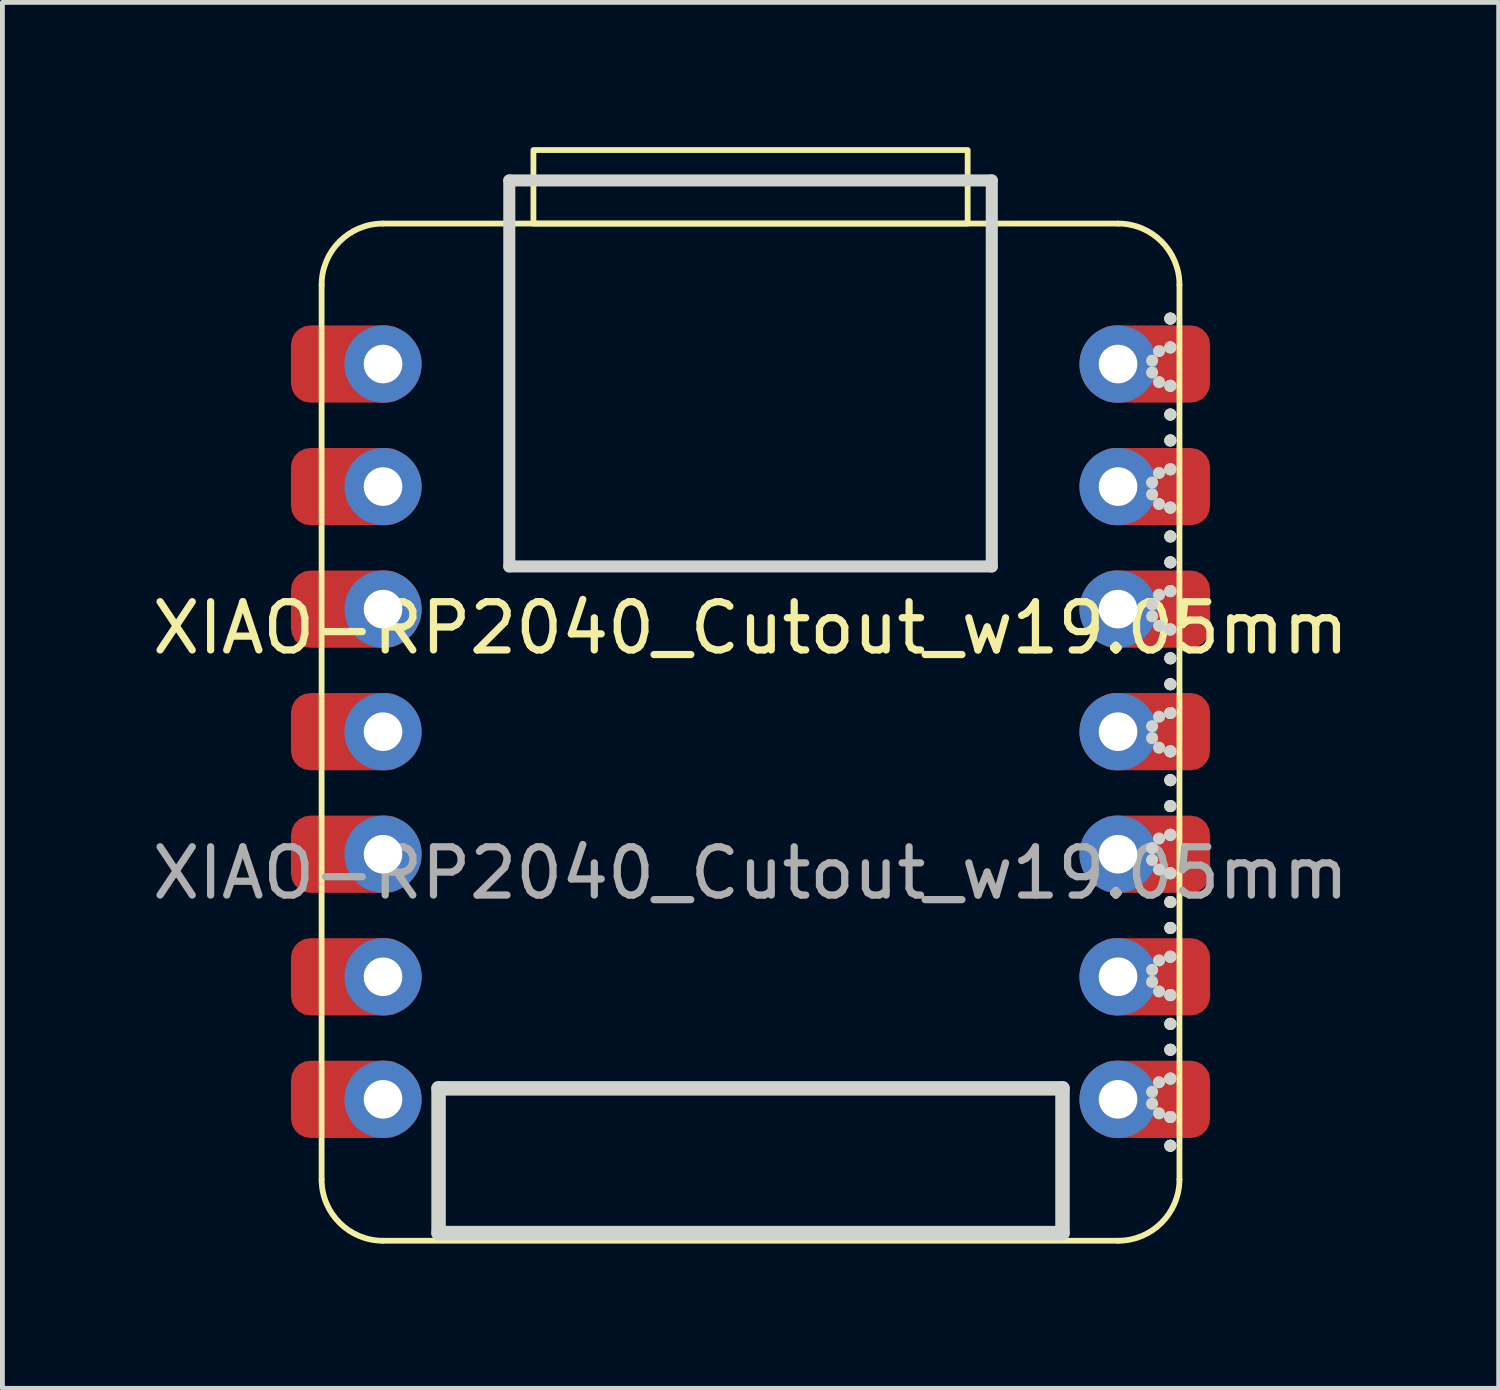
<source format=kicad_pcb>
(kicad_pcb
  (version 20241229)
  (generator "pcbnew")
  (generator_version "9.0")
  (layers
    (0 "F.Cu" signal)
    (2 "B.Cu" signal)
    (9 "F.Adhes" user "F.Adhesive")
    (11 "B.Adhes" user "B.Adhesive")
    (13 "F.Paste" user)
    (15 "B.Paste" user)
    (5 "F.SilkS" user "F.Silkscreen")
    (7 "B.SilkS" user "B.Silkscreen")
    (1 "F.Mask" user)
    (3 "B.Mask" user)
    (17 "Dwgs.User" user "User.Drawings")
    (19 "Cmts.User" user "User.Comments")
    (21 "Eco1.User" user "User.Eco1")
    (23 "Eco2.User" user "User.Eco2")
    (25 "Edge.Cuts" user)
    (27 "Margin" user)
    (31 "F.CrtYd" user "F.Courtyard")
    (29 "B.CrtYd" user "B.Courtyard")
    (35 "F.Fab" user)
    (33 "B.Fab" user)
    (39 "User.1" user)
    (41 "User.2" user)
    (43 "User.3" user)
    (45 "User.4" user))
  (footprint "XIAO-RP2040_Cutout_w19.05mm"
    (layer "F.Cu")
    (at 12.506 12.125)
    (property "Reference" "XIAO-RP2040_Cutout_w19.05mm" (at 0 -2.159 0) (unlocked yes) (layer "F.SilkS") (effects (font (size 1 1) (thickness 0.15))))
    (attr through_hole)
    (fp_line (start -8.89 9.271) (end -8.89 -9.271) (stroke (width 0.12) (type solid)) (layer "F.SilkS"))
    (fp_line (start -7.62 -10.541) (end 7.62 -10.541) (stroke (width 0.12) (type solid)) (layer "F.SilkS"))
    (fp_line (start 7.62 10.541) (end -7.62 10.541) (stroke (width 0.12) (type solid)) (layer "F.SilkS"))
    (fp_line (start 8.89 -9.271) (end 8.89 9.271) (stroke (width 0.12) (type solid)) (layer "F.SilkS"))
    (fp_rect (start -4.5 -10.541) (end 4.5 -12.065) (stroke (width 0.12) (type solid)) (fill no) (layer "F.SilkS"))
    (fp_arc (start -8.89 -9.271) (mid -8.518026 -10.169026) (end -7.62 -10.541) (stroke (width 0.12) (type solid)) (layer "F.SilkS"))
    (fp_arc (start -7.62 10.541) (mid -8.518026 10.169026) (end -8.89 9.271) (stroke (width 0.12) (type solid)) (layer "F.SilkS"))
    (fp_arc (start 7.62 -10.541) (mid 8.518026 -10.169026) (end 8.89 -9.271) (stroke (width 0.12) (type solid)) (layer "F.SilkS"))
    (fp_arc (start 8.89 9.271) (mid 8.518026 10.169026) (end 7.62 10.541) (stroke (width 0.12) (type solid)) (layer "F.SilkS"))
    (fp_line (start -6.466 7.383) (end 6.466 7.383) (stroke (width 0.3) (type solid)) (layer "Edge.Cuts"))
    (fp_line (start -6.466 10.383) (end -6.466 7.383) (stroke (width 0.3) (type solid)) (layer "Edge.Cuts"))
    (fp_line (start -5 -11.435) (end 5 -11.435) (stroke (width 0.25) (type solid)) (layer "Edge.Cuts"))
    (fp_line (start -5 -3.435) (end -5 -11.435) (stroke (width 0.25) (type solid)) (layer "Edge.Cuts"))
    (fp_line (start 5 -11.435) (end 5 -3.435) (stroke (width 0.25) (type solid)) (layer "Edge.Cuts"))
    (fp_line (start 5 -3.435) (end -5 -3.435) (stroke (width 0.25) (type solid)) (layer "Edge.Cuts"))
    (fp_line (start 6.466 7.383) (end 6.466 10.383) (stroke (width 0.3) (type solid)) (layer "Edge.Cuts"))
    (fp_line (start 6.466 10.383) (end -6.466 10.383) (stroke (width 0.3) (type solid)) (layer "Edge.Cuts"))
    (fp_curve (pts (xy 8.323 -7.7) (xy 8.323 -7.7) (xy 8.323 -7.7) (xy 8.323 -7.7)) (stroke (width 0.25) (type solid)) (layer "Edge.Cuts"))
    (fp_curve (pts (xy 8.323 -7.454) (xy 8.323 -7.454) (xy 8.323 -7.454) (xy 8.323 -7.454)) (stroke (width 0.25) (type solid)) (layer "Edge.Cuts"))
    (fp_curve (pts (xy 8.323 -5.174) (xy 8.323 -5.174) (xy 8.323 -5.174) (xy 8.323 -5.174)) (stroke (width 0.25) (type solid)) (layer "Edge.Cuts"))
    (fp_curve (pts (xy 8.323 -4.928) (xy 8.323 -4.928) (xy 8.323 -4.928) (xy 8.323 -4.928)) (stroke (width 0.25) (type solid)) (layer "Edge.Cuts"))
    (fp_curve (pts (xy 8.323 -2.648) (xy 8.323 -2.648) (xy 8.323 -2.648) (xy 8.323 -2.648)) (stroke (width 0.25) (type solid)) (layer "Edge.Cuts"))
    (fp_curve (pts (xy 8.323 -2.403) (xy 8.323 -2.403) (xy 8.323 -2.403) (xy 8.323 -2.403)) (stroke (width 0.25) (type solid)) (layer "Edge.Cuts"))
    (fp_curve (pts (xy 8.323 -0.123) (xy 8.323 -0.123) (xy 8.323 -0.123) (xy 8.323 -0.123)) (stroke (width 0.25) (type solid)) (layer "Edge.Cuts"))
    (fp_curve (pts (xy 8.323 0.123) (xy 8.323 0.123) (xy 8.323 0.123) (xy 8.323 0.123)) (stroke (width 0.25) (type solid)) (layer "Edge.Cuts"))
    (fp_curve (pts (xy 8.323 2.403) (xy 8.323 2.403) (xy 8.323 2.403) (xy 8.323 2.403)) (stroke (width 0.25) (type solid)) (layer "Edge.Cuts"))
    (fp_curve (pts (xy 8.323 2.649) (xy 8.323 2.649) (xy 8.323 2.649) (xy 8.323 2.649)) (stroke (width 0.25) (type solid)) (layer "Edge.Cuts"))
    (fp_curve (pts (xy 8.323 4.929) (xy 8.323 4.929) (xy 8.323 4.929) (xy 8.323 4.929)) (stroke (width 0.25) (type solid)) (layer "Edge.Cuts"))
    (fp_curve (pts (xy 8.323 5.175) (xy 8.323 5.175) (xy 8.323 5.175) (xy 8.323 5.175)) (stroke (width 0.25) (type solid)) (layer "Edge.Cuts"))
    (fp_curve (pts (xy 8.323 7.455) (xy 8.323 7.455) (xy 8.323 7.455) (xy 8.323 7.455)) (stroke (width 0.25) (type solid)) (layer "Edge.Cuts"))
    (fp_curve (pts (xy 8.323 7.701) (xy 8.323 7.701) (xy 8.323 7.701) (xy 8.323 7.701)) (stroke (width 0.25) (type solid)) (layer "Edge.Cuts"))
    (fp_curve (pts (xy 8.467 -7.899) (xy 8.467 -7.899) (xy 8.467 -7.899) (xy 8.467 -7.899)) (stroke (width 0.25) (type solid)) (layer "Edge.Cuts"))
    (fp_curve (pts (xy 8.467 -7.255) (xy 8.467 -7.255) (xy 8.467 -7.255) (xy 8.467 -7.255)) (stroke (width 0.25) (type solid)) (layer "Edge.Cuts"))
    (fp_curve (pts (xy 8.467 -5.373) (xy 8.467 -5.373) (xy 8.467 -5.373) (xy 8.467 -5.373)) (stroke (width 0.25) (type solid)) (layer "Edge.Cuts"))
    (fp_curve (pts (xy 8.467 -4.729) (xy 8.467 -4.729) (xy 8.467 -4.729) (xy 8.467 -4.729)) (stroke (width 0.25) (type solid)) (layer "Edge.Cuts"))
    (fp_curve (pts (xy 8.467 -2.847) (xy 8.467 -2.847) (xy 8.467 -2.847) (xy 8.467 -2.847)) (stroke (width 0.25) (type solid)) (layer "Edge.Cuts"))
    (fp_curve (pts (xy 8.467 -2.204) (xy 8.467 -2.204) (xy 8.467 -2.204) (xy 8.467 -2.204)) (stroke (width 0.25) (type solid)) (layer "Edge.Cuts"))
    (fp_curve (pts (xy 8.467 -0.321) (xy 8.467 -0.321) (xy 8.467 -0.321) (xy 8.467 -0.321)) (stroke (width 0.25) (type solid)) (layer "Edge.Cuts"))
    (fp_curve (pts (xy 8.467 0.322) (xy 8.467 0.322) (xy 8.467 0.322) (xy 8.467 0.322)) (stroke (width 0.25) (type solid)) (layer "Edge.Cuts"))
    (fp_curve (pts (xy 8.467 2.204) (xy 8.467 2.204) (xy 8.467 2.204) (xy 8.467 2.204)) (stroke (width 0.25) (type solid)) (layer "Edge.Cuts"))
    (fp_curve (pts (xy 8.467 2.848) (xy 8.467 2.848) (xy 8.467 2.848) (xy 8.467 2.848)) (stroke (width 0.25) (type solid)) (layer "Edge.Cuts"))
    (fp_curve (pts (xy 8.467 4.73) (xy 8.467 4.73) (xy 8.467 4.73) (xy 8.467 4.73)) (stroke (width 0.25) (type solid)) (layer "Edge.Cuts"))
    (fp_curve (pts (xy 8.467 5.374) (xy 8.467 5.374) (xy 8.467 5.374) (xy 8.467 5.374)) (stroke (width 0.25) (type solid)) (layer "Edge.Cuts"))
    (fp_curve (pts (xy 8.467 7.256) (xy 8.467 7.256) (xy 8.467 7.256) (xy 8.467 7.256)) (stroke (width 0.25) (type solid)) (layer "Edge.Cuts"))
    (fp_curve (pts (xy 8.467 7.9) (xy 8.467 7.9) (xy 8.467 7.9) (xy 8.467 7.9)) (stroke (width 0.25) (type solid)) (layer "Edge.Cuts"))
    (fp_curve (pts (xy 8.701 -8.572) (xy 8.701 -8.572) (xy 8.701 -8.572) (xy 8.701 -8.572)) (stroke (width 0.25) (type solid)) (layer "Edge.Cuts"))
    (fp_curve (pts (xy 8.701 -8.572) (xy 8.701 -8.572) (xy 8.701 -8.572) (xy 8.701 -8.572)) (stroke (width 0.25) (type solid)) (layer "Edge.Cuts"))
    (fp_curve (pts (xy 8.701 -8.572) (xy 8.701 -8.572) (xy 8.701 -8.572) (xy 8.701 -8.572)) (stroke (width 0.25) (type solid)) (layer "Edge.Cuts"))
    (fp_curve (pts (xy 8.701 -7.975) (xy 8.701 -7.975) (xy 8.701 -7.975) (xy 8.701 -7.975)) (stroke (width 0.25) (type solid)) (layer "Edge.Cuts"))
    (fp_curve (pts (xy 8.701 -7.975) (xy 8.701 -7.975) (xy 8.701 -7.975) (xy 8.701 -7.975)) (stroke (width 0.25) (type solid)) (layer "Edge.Cuts"))
    (fp_curve (pts (xy 8.701 -7.975) (xy 8.701 -7.975) (xy 8.701 -7.975) (xy 8.701 -7.975)) (stroke (width 0.25) (type solid)) (layer "Edge.Cuts"))
    (fp_curve (pts (xy 8.701 -7.179) (xy 8.701 -7.179) (xy 8.701 -7.179) (xy 8.701 -7.179)) (stroke (width 0.25) (type solid)) (layer "Edge.Cuts"))
    (fp_curve (pts (xy 8.701 -7.179) (xy 8.701 -7.179) (xy 8.701 -7.179) (xy 8.701 -7.179)) (stroke (width 0.25) (type solid)) (layer "Edge.Cuts"))
    (fp_curve (pts (xy 8.701 -7.179) (xy 8.701 -7.179) (xy 8.701 -7.179) (xy 8.701 -7.179)) (stroke (width 0.25) (type solid)) (layer "Edge.Cuts"))
    (fp_curve (pts (xy 8.701 -6.583) (xy 8.701 -6.583) (xy 8.701 -6.583) (xy 8.701 -6.583)) (stroke (width 0.25) (type solid)) (layer "Edge.Cuts"))
    (fp_curve (pts (xy 8.701 -6.583) (xy 8.701 -6.583) (xy 8.701 -6.583) (xy 8.701 -6.583)) (stroke (width 0.25) (type solid)) (layer "Edge.Cuts"))
    (fp_curve (pts (xy 8.701 -6.583) (xy 8.701 -6.583) (xy 8.701 -6.583) (xy 8.701 -6.583)) (stroke (width 0.25) (type solid)) (layer "Edge.Cuts"))
    (fp_curve (pts (xy 8.701 -6.046) (xy 8.701 -6.046) (xy 8.701 -6.046) (xy 8.701 -6.046)) (stroke (width 0.25) (type solid)) (layer "Edge.Cuts"))
    (fp_curve (pts (xy 8.701 -6.046) (xy 8.701 -6.046) (xy 8.701 -6.046) (xy 8.701 -6.046)) (stroke (width 0.25) (type solid)) (layer "Edge.Cuts"))
    (fp_curve (pts (xy 8.701 -6.046) (xy 8.701 -6.046) (xy 8.701 -6.046) (xy 8.701 -6.046)) (stroke (width 0.25) (type solid)) (layer "Edge.Cuts"))
    (fp_curve (pts (xy 8.701 -5.449) (xy 8.701 -5.449) (xy 8.701 -5.449) (xy 8.701 -5.449)) (stroke (width 0.25) (type solid)) (layer "Edge.Cuts"))
    (fp_curve (pts (xy 8.701 -5.449) (xy 8.701 -5.449) (xy 8.701 -5.449) (xy 8.701 -5.449)) (stroke (width 0.25) (type solid)) (layer "Edge.Cuts"))
    (fp_curve (pts (xy 8.701 -5.449) (xy 8.701 -5.449) (xy 8.701 -5.449) (xy 8.701 -5.449)) (stroke (width 0.25) (type solid)) (layer "Edge.Cuts"))
    (fp_curve (pts (xy 8.701 -4.654) (xy 8.701 -4.654) (xy 8.701 -4.654) (xy 8.701 -4.654)) (stroke (width 0.25) (type solid)) (layer "Edge.Cuts"))
    (fp_curve (pts (xy 8.701 -4.654) (xy 8.701 -4.654) (xy 8.701 -4.654) (xy 8.701 -4.654)) (stroke (width 0.25) (type solid)) (layer "Edge.Cuts"))
    (fp_curve (pts (xy 8.701 -4.654) (xy 8.701 -4.654) (xy 8.701 -4.654) (xy 8.701 -4.654)) (stroke (width 0.25) (type solid)) (layer "Edge.Cuts"))
    (fp_curve (pts (xy 8.701 -4.057) (xy 8.701 -4.057) (xy 8.701 -4.057) (xy 8.701 -4.057)) (stroke (width 0.25) (type solid)) (layer "Edge.Cuts"))
    (fp_curve (pts (xy 8.701 -4.057) (xy 8.701 -4.057) (xy 8.701 -4.057) (xy 8.701 -4.057)) (stroke (width 0.25) (type solid)) (layer "Edge.Cuts"))
    (fp_curve (pts (xy 8.701 -4.057) (xy 8.701 -4.057) (xy 8.701 -4.057) (xy 8.701 -4.057)) (stroke (width 0.25) (type solid)) (layer "Edge.Cuts"))
    (fp_curve (pts (xy 8.701 -3.52) (xy 8.701 -3.52) (xy 8.701 -3.52) (xy 8.701 -3.52)) (stroke (width 0.25) (type solid)) (layer "Edge.Cuts"))
    (fp_curve (pts (xy 8.701 -3.52) (xy 8.701 -3.52) (xy 8.701 -3.52) (xy 8.701 -3.52)) (stroke (width 0.25) (type solid)) (layer "Edge.Cuts"))
    (fp_curve (pts (xy 8.701 -3.52) (xy 8.701 -3.52) (xy 8.701 -3.52) (xy 8.701 -3.52)) (stroke (width 0.25) (type solid)) (layer "Edge.Cuts"))
    (fp_curve (pts (xy 8.701 -2.923) (xy 8.701 -2.923) (xy 8.701 -2.923) (xy 8.701 -2.923)) (stroke (width 0.25) (type solid)) (layer "Edge.Cuts"))
    (fp_curve (pts (xy 8.701 -2.923) (xy 8.701 -2.923) (xy 8.701 -2.923) (xy 8.701 -2.923)) (stroke (width 0.25) (type solid)) (layer "Edge.Cuts"))
    (fp_curve (pts (xy 8.701 -2.923) (xy 8.701 -2.923) (xy 8.701 -2.923) (xy 8.701 -2.923)) (stroke (width 0.25) (type solid)) (layer "Edge.Cuts"))
    (fp_curve (pts (xy 8.701 -2.128) (xy 8.701 -2.128) (xy 8.701 -2.128) (xy 8.701 -2.128)) (stroke (width 0.25) (type solid)) (layer "Edge.Cuts"))
    (fp_curve (pts (xy 8.701 -2.128) (xy 8.701 -2.128) (xy 8.701 -2.128) (xy 8.701 -2.128)) (stroke (width 0.25) (type solid)) (layer "Edge.Cuts"))
    (fp_curve (pts (xy 8.701 -2.128) (xy 8.701 -2.128) (xy 8.701 -2.128) (xy 8.701 -2.128)) (stroke (width 0.25) (type solid)) (layer "Edge.Cuts"))
    (fp_curve (pts (xy 8.701 -1.531) (xy 8.701 -1.531) (xy 8.701 -1.531) (xy 8.701 -1.531)) (stroke (width 0.25) (type solid)) (layer "Edge.Cuts"))
    (fp_curve (pts (xy 8.701 -1.531) (xy 8.701 -1.531) (xy 8.701 -1.531) (xy 8.701 -1.531)) (stroke (width 0.25) (type solid)) (layer "Edge.Cuts"))
    (fp_curve (pts (xy 8.701 -1.531) (xy 8.701 -1.531) (xy 8.701 -1.531) (xy 8.701 -1.531)) (stroke (width 0.25) (type solid)) (layer "Edge.Cuts"))
    (fp_curve (pts (xy 8.701 -0.994) (xy 8.701 -0.994) (xy 8.701 -0.994) (xy 8.701 -0.994)) (stroke (width 0.25) (type solid)) (layer "Edge.Cuts"))
    (fp_curve (pts (xy 8.701 -0.994) (xy 8.701 -0.994) (xy 8.701 -0.994) (xy 8.701 -0.994)) (stroke (width 0.25) (type solid)) (layer "Edge.Cuts"))
    (fp_curve (pts (xy 8.701 -0.994) (xy 8.701 -0.994) (xy 8.701 -0.994) (xy 8.701 -0.994)) (stroke (width 0.25) (type solid)) (layer "Edge.Cuts"))
    (fp_curve (pts (xy 8.701 -0.397) (xy 8.701 -0.397) (xy 8.701 -0.397) (xy 8.701 -0.397)) (stroke (width 0.25) (type solid)) (layer "Edge.Cuts"))
    (fp_curve (pts (xy 8.701 -0.397) (xy 8.701 -0.397) (xy 8.701 -0.397) (xy 8.701 -0.397)) (stroke (width 0.25) (type solid)) (layer "Edge.Cuts"))
    (fp_curve (pts (xy 8.701 -0.397) (xy 8.701 -0.397) (xy 8.701 -0.397) (xy 8.701 -0.397)) (stroke (width 0.25) (type solid)) (layer "Edge.Cuts"))
    (fp_curve (pts (xy 8.701 0.398) (xy 8.701 0.398) (xy 8.701 0.398) (xy 8.701 0.398)) (stroke (width 0.25) (type solid)) (layer "Edge.Cuts"))
    (fp_curve (pts (xy 8.701 0.398) (xy 8.701 0.398) (xy 8.701 0.398) (xy 8.701 0.398)) (stroke (width 0.25) (type solid)) (layer "Edge.Cuts"))
    (fp_curve (pts (xy 8.701 0.398) (xy 8.701 0.398) (xy 8.701 0.398) (xy 8.701 0.398)) (stroke (width 0.25) (type solid)) (layer "Edge.Cuts"))
    (fp_curve (pts (xy 8.701 0.995) (xy 8.701 0.995) (xy 8.701 0.995) (xy 8.701 0.995)) (stroke (width 0.25) (type solid)) (layer "Edge.Cuts"))
    (fp_curve (pts (xy 8.701 0.995) (xy 8.701 0.995) (xy 8.701 0.995) (xy 8.701 0.995)) (stroke (width 0.25) (type solid)) (layer "Edge.Cuts"))
    (fp_curve (pts (xy 8.701 0.995) (xy 8.701 0.995) (xy 8.701 0.995) (xy 8.701 0.995)) (stroke (width 0.25) (type solid)) (layer "Edge.Cuts"))
    (fp_curve (pts (xy 8.701 1.532) (xy 8.701 1.532) (xy 8.701 1.532) (xy 8.701 1.532)) (stroke (width 0.25) (type solid)) (layer "Edge.Cuts"))
    (fp_curve (pts (xy 8.701 1.532) (xy 8.701 1.532) (xy 8.701 1.532) (xy 8.701 1.532)) (stroke (width 0.25) (type solid)) (layer "Edge.Cuts"))
    (fp_curve (pts (xy 8.701 1.532) (xy 8.701 1.532) (xy 8.701 1.532) (xy 8.701 1.532)) (stroke (width 0.25) (type solid)) (layer "Edge.Cuts"))
    (fp_curve (pts (xy 8.701 2.128) (xy 8.701 2.128) (xy 8.701 2.128) (xy 8.701 2.128)) (stroke (width 0.25) (type solid)) (layer "Edge.Cuts"))
    (fp_curve (pts (xy 8.701 2.128) (xy 8.701 2.128) (xy 8.701 2.128) (xy 8.701 2.128)) (stroke (width 0.25) (type solid)) (layer "Edge.Cuts"))
    (fp_curve (pts (xy 8.701 2.128) (xy 8.701 2.128) (xy 8.701 2.128) (xy 8.701 2.128)) (stroke (width 0.25) (type solid)) (layer "Edge.Cuts"))
    (fp_curve (pts (xy 8.701 2.924) (xy 8.701 2.924) (xy 8.701 2.924) (xy 8.701 2.924)) (stroke (width 0.25) (type solid)) (layer "Edge.Cuts"))
    (fp_curve (pts (xy 8.701 2.924) (xy 8.701 2.924) (xy 8.701 2.924) (xy 8.701 2.924)) (stroke (width 0.25) (type solid)) (layer "Edge.Cuts"))
    (fp_curve (pts (xy 8.701 2.924) (xy 8.701 2.924) (xy 8.701 2.924) (xy 8.701 2.924)) (stroke (width 0.25) (type solid)) (layer "Edge.Cuts"))
    (fp_curve (pts (xy 8.701 3.521) (xy 8.701 3.521) (xy 8.701 3.521) (xy 8.701 3.521)) (stroke (width 0.25) (type solid)) (layer "Edge.Cuts"))
    (fp_curve (pts (xy 8.701 3.521) (xy 8.701 3.521) (xy 8.701 3.521) (xy 8.701 3.521)) (stroke (width 0.25) (type solid)) (layer "Edge.Cuts"))
    (fp_curve (pts (xy 8.701 3.521) (xy 8.701 3.521) (xy 8.701 3.521) (xy 8.701 3.521)) (stroke (width 0.25) (type solid)) (layer "Edge.Cuts"))
    (fp_curve (pts (xy 8.701 4.058) (xy 8.701 4.058) (xy 8.701 4.058) (xy 8.701 4.058)) (stroke (width 0.25) (type solid)) (layer "Edge.Cuts"))
    (fp_curve (pts (xy 8.701 4.058) (xy 8.701 4.058) (xy 8.701 4.058) (xy 8.701 4.058)) (stroke (width 0.25) (type solid)) (layer "Edge.Cuts"))
    (fp_curve (pts (xy 8.701 4.058) (xy 8.701 4.058) (xy 8.701 4.058) (xy 8.701 4.058)) (stroke (width 0.25) (type solid)) (layer "Edge.Cuts"))
    (fp_curve (pts (xy 8.701 4.654) (xy 8.701 4.654) (xy 8.701 4.654) (xy 8.701 4.654)) (stroke (width 0.25) (type solid)) (layer "Edge.Cuts"))
    (fp_curve (pts (xy 8.701 4.654) (xy 8.701 4.654) (xy 8.701 4.654) (xy 8.701 4.654)) (stroke (width 0.25) (type solid)) (layer "Edge.Cuts"))
    (fp_curve (pts (xy 8.701 4.654) (xy 8.701 4.654) (xy 8.701 4.654) (xy 8.701 4.654)) (stroke (width 0.25) (type solid)) (layer "Edge.Cuts"))
    (fp_curve (pts (xy 8.701 5.45) (xy 8.701 5.45) (xy 8.701 5.45) (xy 8.701 5.45)) (stroke (width 0.25) (type solid)) (layer "Edge.Cuts"))
    (fp_curve (pts (xy 8.701 5.45) (xy 8.701 5.45) (xy 8.701 5.45) (xy 8.701 5.45)) (stroke (width 0.25) (type solid)) (layer "Edge.Cuts"))
    (fp_curve (pts (xy 8.701 5.45) (xy 8.701 5.45) (xy 8.701 5.45) (xy 8.701 5.45)) (stroke (width 0.25) (type solid)) (layer "Edge.Cuts"))
    (fp_curve (pts (xy 8.701 6.046) (xy 8.701 6.046) (xy 8.701 6.046) (xy 8.701 6.046)) (stroke (width 0.25) (type solid)) (layer "Edge.Cuts"))
    (fp_curve (pts (xy 8.701 6.046) (xy 8.701 6.046) (xy 8.701 6.046) (xy 8.701 6.046)) (stroke (width 0.25) (type solid)) (layer "Edge.Cuts"))
    (fp_curve (pts (xy 8.701 6.046) (xy 8.701 6.046) (xy 8.701 6.046) (xy 8.701 6.046)) (stroke (width 0.25) (type solid)) (layer "Edge.Cuts"))
    (fp_curve (pts (xy 8.701 6.583) (xy 8.701 6.583) (xy 8.701 6.583) (xy 8.701 6.583)) (stroke (width 0.25) (type solid)) (layer "Edge.Cuts"))
    (fp_curve (pts (xy 8.701 6.583) (xy 8.701 6.583) (xy 8.701 6.583) (xy 8.701 6.583)) (stroke (width 0.25) (type solid)) (layer "Edge.Cuts"))
    (fp_curve (pts (xy 8.701 6.583) (xy 8.701 6.583) (xy 8.701 6.583) (xy 8.701 6.583)) (stroke (width 0.25) (type solid)) (layer "Edge.Cuts"))
    (fp_curve (pts (xy 8.701 7.18) (xy 8.701 7.18) (xy 8.701 7.18) (xy 8.701 7.18)) (stroke (width 0.25) (type solid)) (layer "Edge.Cuts"))
    (fp_curve (pts (xy 8.701 7.18) (xy 8.701 7.18) (xy 8.701 7.18) (xy 8.701 7.18)) (stroke (width 0.25) (type solid)) (layer "Edge.Cuts"))
    (fp_curve (pts (xy 8.701 7.18) (xy 8.701 7.18) (xy 8.701 7.18) (xy 8.701 7.18)) (stroke (width 0.25) (type solid)) (layer "Edge.Cuts"))
    (fp_curve (pts (xy 8.701 7.976) (xy 8.701 7.976) (xy 8.701 7.976) (xy 8.701 7.976)) (stroke (width 0.25) (type solid)) (layer "Edge.Cuts"))
    (fp_curve (pts (xy 8.701 7.976) (xy 8.701 7.976) (xy 8.701 7.976) (xy 8.701 7.976)) (stroke (width 0.25) (type solid)) (layer "Edge.Cuts"))
    (fp_curve (pts (xy 8.701 7.976) (xy 8.701 7.976) (xy 8.701 7.976) (xy 8.701 7.976)) (stroke (width 0.25) (type solid)) (layer "Edge.Cuts"))
    (fp_curve (pts (xy 8.701 8.572) (xy 8.701 8.572) (xy 8.701 8.572) (xy 8.701 8.572)) (stroke (width 0.25) (type solid)) (layer "Edge.Cuts"))
    (fp_curve (pts (xy 8.701 8.572) (xy 8.701 8.572) (xy 8.701 8.572) (xy 8.701 8.572)) (stroke (width 0.25) (type solid)) (layer "Edge.Cuts"))
    (fp_curve (pts (xy 8.701 8.572) (xy 8.701 8.572) (xy 8.701 8.572) (xy 8.701 8.572)) (stroke (width 0.25) (type solid)) (layer "Edge.Cuts"))
    (fp_text user "${REFERENCE}" (at 0 2.921 0) (unlocked yes) (layer "F.Fab") (effects (font (size 1 1) (thickness 0.15))))
    (pad "1" thru_hole circle (at -7.617 -7.63) (size 1.6 1.6) (drill 0.8) (layers "*.Cu" "*.Mask"))
    (pad "1" smd roundrect (at -7.617 -7.63) (size 2.408 1.6) (drill (offset -0.704 0)) (layers "F.Cu" "F.Mask" "F.Paste") (roundrect_rratio 0.25))
    (pad "2" thru_hole circle (at -7.617 -5.09) (size 1.6 1.6) (drill 0.8) (layers "*.Cu" "*.Mask"))
    (pad "2" smd roundrect (at -7.617 -5.09) (size 2.408 1.6) (drill (offset -0.704 0)) (layers "F.Cu" "F.Mask" "F.Paste") (roundrect_rratio 0.25))
    (pad "3" thru_hole circle (at -7.617 -2.55) (size 1.6 1.6) (drill 0.8) (layers "*.Cu" "*.Mask"))
    (pad "3" smd roundrect (at -7.617 -2.55) (size 2.408 1.6) (drill (offset -0.704 0)) (layers "F.Cu" "F.Mask" "F.Paste") (roundrect_rratio 0.25))
    (pad "4" thru_hole circle (at -7.617 -0.01) (size 1.6 1.6) (drill 0.8) (layers "*.Cu" "*.Mask"))
    (pad "4" smd roundrect (at -7.617 -0.01) (size 2.408 1.6) (drill (offset -0.704 0)) (layers "F.Cu" "F.Mask" "F.Paste") (roundrect_rratio 0.25))
    (pad "5" thru_hole circle (at -7.617 2.53) (size 1.6 1.6) (drill 0.8) (layers "*.Cu" "*.Mask"))
    (pad "5" smd roundrect (at -7.617 2.53) (size 2.408 1.6) (drill (offset -0.704 0)) (layers "F.Cu" "F.Mask" "F.Paste") (roundrect_rratio 0.25))
    (pad "6" thru_hole circle (at -7.617 5.07) (size 1.6 1.6) (drill 0.8) (layers "*.Cu" "*.Mask"))
    (pad "6" smd roundrect (at -7.617 5.07) (size 2.408 1.6) (drill (offset -0.704 0)) (layers "F.Cu" "F.Mask" "F.Paste") (roundrect_rratio 0.25))
    (pad "7" thru_hole circle (at -7.617 7.61) (size 1.6 1.6) (drill 0.8) (layers "*.Cu" "*.Mask"))
    (pad "7" smd roundrect (at -7.617 7.61) (size 2.408 1.6) (drill (offset -0.704 0)) (layers "F.Cu" "F.Mask" "F.Paste") (roundrect_rratio 0.25))
    (pad "8" thru_hole circle (at 7.617 7.61) (size 1.6 1.6) (drill 0.8) (layers "*.Cu" "*.Mask"))
    (pad "8" smd roundrect (at 7.617 7.61) (size 2.408 1.6) (drill (offset 0.704 0)) (layers "F.Cu" "F.Mask" "F.Paste") (roundrect_rratio 0.25))
    (pad "9" thru_hole circle (at 7.617 5.07) (size 1.6 1.6) (drill 0.8) (layers "*.Cu" "*.Mask"))
    (pad "9" smd roundrect (at 7.617 5.07) (size 2.408 1.6) (drill (offset 0.704 0)) (layers "F.Cu" "F.Mask" "F.Paste") (roundrect_rratio 0.25))
    (pad "10" thru_hole circle (at 7.617 2.53) (size 1.6 1.6) (drill 0.8) (layers "*.Cu" "*.Mask"))
    (pad "10" smd roundrect (at 7.617 2.53) (size 2.408 1.6) (drill (offset 0.704 0)) (layers "F.Cu" "F.Mask" "F.Paste") (roundrect_rratio 0.25))
    (pad "11" thru_hole circle (at 7.617 -0.01) (size 1.6 1.6) (drill 0.8) (layers "*.Cu" "*.Mask"))
    (pad "11" smd roundrect (at 7.617 -0.01) (size 2.408 1.6) (drill (offset 0.704 0)) (layers "F.Cu" "F.Mask" "F.Paste") (roundrect_rratio 0.25))
    (pad "12" thru_hole circle (at 7.617 -2.55) (size 1.6 1.6) (drill 0.8) (layers "*.Cu" "*.Mask"))
    (pad "12" smd roundrect (at 7.617 -2.55) (size 2.408 1.6) (drill (offset 0.704 0)) (layers "F.Cu" "F.Mask" "F.Paste") (roundrect_rratio 0.25))
    (pad "13" thru_hole circle (at 7.617 -5.09) (size 1.6 1.6) (drill 0.8) (layers "*.Cu" "*.Mask"))
    (pad "13" smd roundrect (at 7.617 -5.09) (size 2.408 1.6) (drill (offset 0.704 0)) (layers "F.Cu" "F.Mask" "F.Paste") (roundrect_rratio 0.25))
    (pad "14" thru_hole circle (at 7.617 -7.63) (size 1.6 1.6) (drill 0.8) (layers "*.Cu" "*.Mask"))
    (pad "14" smd roundrect (at 7.617 -7.63) (size 2.408 1.6) (drill (offset 0.704 0)) (layers "F.Cu" "F.Mask" "F.Paste") (roundrect_rratio 0.25)))
  (gr_rect
    (start -3 -3)
    (end 28.012 25.726)
    (stroke (width 0.1) (type default))
    (fill no)
    (layer "Edge.Cuts")))
</source>
